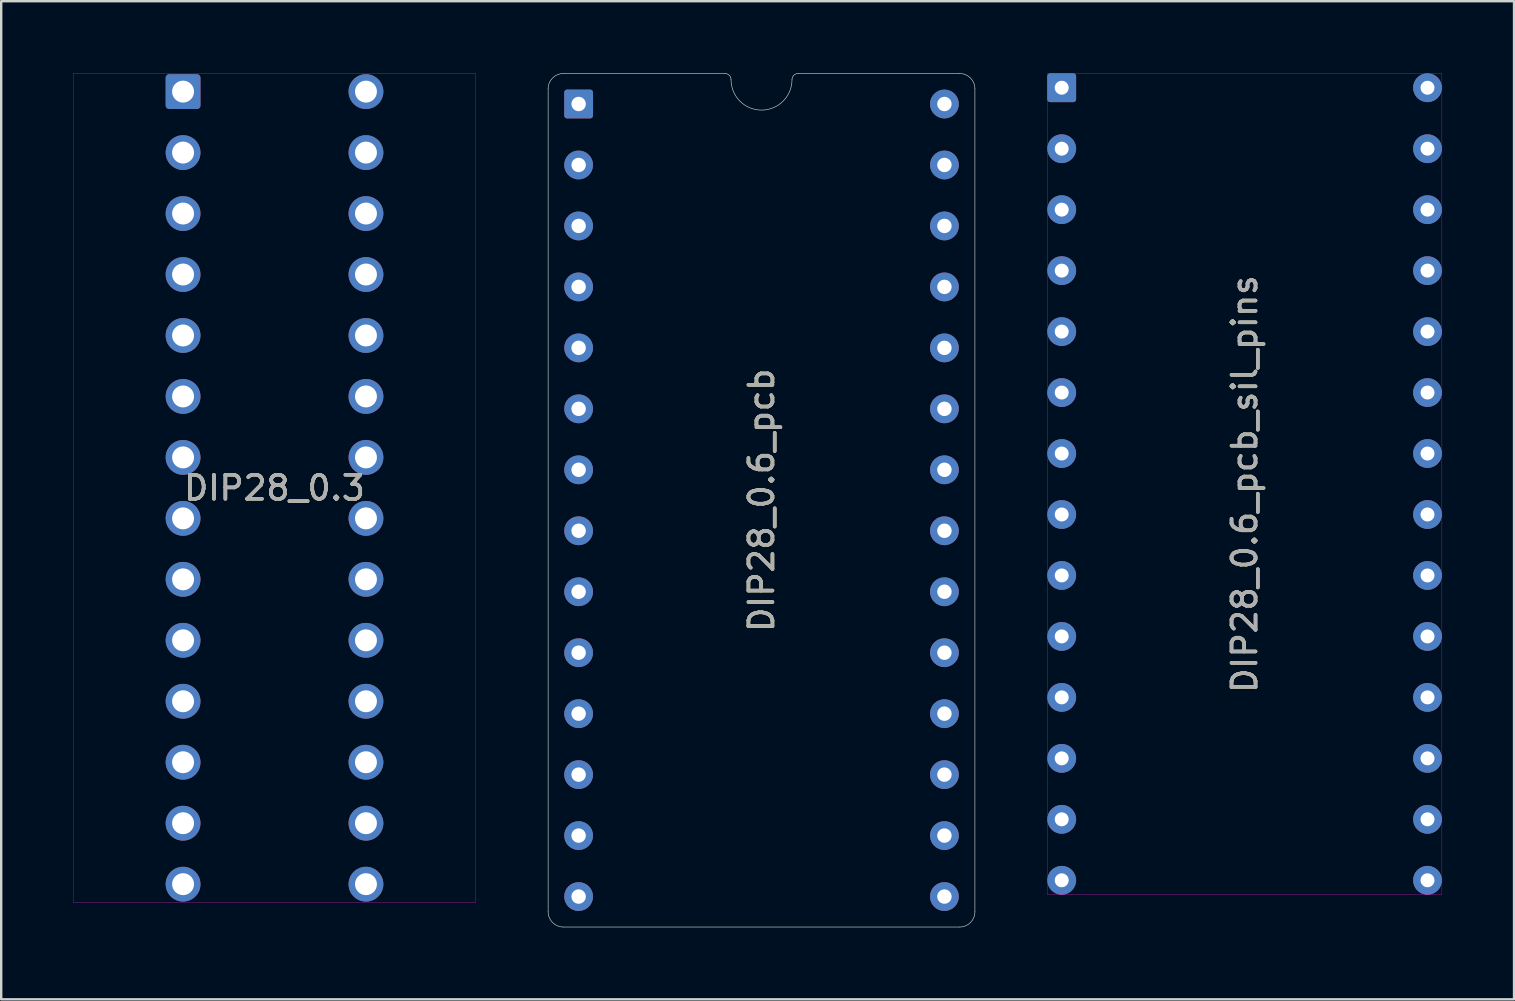
<source format=kicad_pcb>
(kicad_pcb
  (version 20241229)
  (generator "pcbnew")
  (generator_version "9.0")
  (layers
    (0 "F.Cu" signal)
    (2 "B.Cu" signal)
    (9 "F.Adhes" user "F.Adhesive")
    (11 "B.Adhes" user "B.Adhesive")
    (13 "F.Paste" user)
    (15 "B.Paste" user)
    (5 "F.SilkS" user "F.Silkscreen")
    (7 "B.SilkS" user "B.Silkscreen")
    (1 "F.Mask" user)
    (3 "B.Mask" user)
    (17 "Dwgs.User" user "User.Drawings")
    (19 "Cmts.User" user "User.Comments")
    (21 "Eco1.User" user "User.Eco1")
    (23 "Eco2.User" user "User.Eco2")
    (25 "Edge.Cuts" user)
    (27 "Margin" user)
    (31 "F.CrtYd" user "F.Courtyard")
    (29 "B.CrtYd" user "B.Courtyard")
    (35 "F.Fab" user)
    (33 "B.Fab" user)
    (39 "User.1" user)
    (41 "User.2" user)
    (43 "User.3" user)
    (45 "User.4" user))
  (footprint "DIP28_0.3"
    (layer "F.Cu")
    (at 8.387 17.277)
    (property "Reference" "DIP28_0.3" (at 0 0 0) (layer "F.SilkS") (effects (font (size 1 1) (thickness 0.15))))
    (attr through_hole)
    (fp_line (start -8.382 -17.272) (end -8.382 17.272) (stroke (width 0.01) (type solid)) (layer "F.CrtYd"))
    (fp_line (start -8.382 17.272) (end 8.382 17.272) (stroke (width 0.01) (type solid)) (layer "F.CrtYd"))
    (fp_line (start 8.382 -17.272) (end -8.382 -17.272) (stroke (width 0.01) (type solid)) (layer "F.CrtYd"))
    (fp_line (start 8.382 17.272) (end 8.382 -17.272) (stroke (width 0.01) (type solid)) (layer "F.CrtYd"))
    (fp_text user "${REFERENCE}" (at 0 0 0) (layer "F.Fab") (effects (font (size 1 1) (thickness 0.15))))
    (pad "1" thru_hole roundrect (at -3.81 -16.51) (size 1.45 1.45) (drill 0.914) (layers "*.Cu" "*.Mask") (roundrect_rratio 0.1))
    (pad "2" thru_hole circle (at -3.81 -13.97) (size 1.45 1.45) (drill 0.914) (layers "*.Cu" "*.Mask"))
    (pad "3" thru_hole circle (at -3.81 -11.43) (size 1.45 1.45) (drill 0.914) (layers "*.Cu" "*.Mask"))
    (pad "4" thru_hole circle (at -3.81 -8.89) (size 1.45 1.45) (drill 0.914) (layers "*.Cu" "*.Mask"))
    (pad "5" thru_hole circle (at -3.81 -6.35) (size 1.45 1.45) (drill 0.914) (layers "*.Cu" "*.Mask"))
    (pad "6" thru_hole circle (at -3.81 -3.81) (size 1.45 1.45) (drill 0.914) (layers "*.Cu" "*.Mask"))
    (pad "7" thru_hole circle (at -3.81 -1.27) (size 1.45 1.45) (drill 0.914) (layers "*.Cu" "*.Mask"))
    (pad "8" thru_hole circle (at -3.81 1.27) (size 1.45 1.45) (drill 0.914) (layers "*.Cu" "*.Mask"))
    (pad "9" thru_hole circle (at -3.81 3.81) (size 1.45 1.45) (drill 0.914) (layers "*.Cu" "*.Mask"))
    (pad "10" thru_hole circle (at -3.81 6.35) (size 1.45 1.45) (drill 0.914) (layers "*.Cu" "*.Mask"))
    (pad "11" thru_hole circle (at -3.81 8.89) (size 1.45 1.45) (drill 0.914) (layers "*.Cu" "*.Mask"))
    (pad "12" thru_hole circle (at -3.81 11.43) (size 1.45 1.45) (drill 0.914) (layers "*.Cu" "*.Mask"))
    (pad "13" thru_hole circle (at -3.81 13.97) (size 1.45 1.45) (drill 0.914) (layers "*.Cu" "*.Mask"))
    (pad "14" thru_hole circle (at -3.81 16.51) (size 1.45 1.45) (drill 0.914) (layers "*.Cu" "*.Mask"))
    (pad "15" thru_hole circle (at 3.81 16.51) (size 1.45 1.45) (drill 0.914) (layers "*.Cu" "*.Mask"))
    (pad "16" thru_hole circle (at 3.81 13.97) (size 1.45 1.45) (drill 0.914) (layers "*.Cu" "*.Mask"))
    (pad "17" thru_hole circle (at 3.81 11.43) (size 1.45 1.45) (drill 0.914) (layers "*.Cu" "*.Mask"))
    (pad "18" thru_hole circle (at 3.81 8.89) (size 1.45 1.45) (drill 0.914) (layers "*.Cu" "*.Mask"))
    (pad "19" thru_hole circle (at 3.81 6.35) (size 1.45 1.45) (drill 0.914) (layers "*.Cu" "*.Mask"))
    (pad "20" thru_hole circle (at 3.81 3.81) (size 1.45 1.45) (drill 0.914) (layers "*.Cu" "*.Mask"))
    (pad "21" thru_hole circle (at 3.81 1.27) (size 1.45 1.45) (drill 0.914) (layers "*.Cu" "*.Mask"))
    (pad "22" thru_hole circle (at 3.81 -1.27) (size 1.45 1.45) (drill 0.914) (layers "*.Cu" "*.Mask"))
    (pad "23" thru_hole circle (at 3.81 -3.81) (size 1.45 1.45) (drill 0.914) (layers "*.Cu" "*.Mask"))
    (pad "24" thru_hole circle (at 3.81 -6.35) (size 1.45 1.45) (drill 0.914) (layers "*.Cu" "*.Mask"))
    (pad "25" thru_hole circle (at 3.81 -8.89) (size 1.45 1.45) (drill 0.914) (layers "*.Cu" "*.Mask"))
    (pad "26" thru_hole circle (at 3.81 -11.43) (size 1.45 1.45) (drill 0.914) (layers "*.Cu" "*.Mask"))
    (pad "27" thru_hole circle (at 3.81 -13.97) (size 1.45 1.45) (drill 0.914) (layers "*.Cu" "*.Mask"))
    (pad "28" thru_hole circle (at 3.81 -16.51) (size 1.45 1.45) (drill 0.914) (layers "*.Cu" "*.Mask")))
  (footprint "DIP28_0.6_pcb"
    (layer "F.Cu")
    (at 28.677 17.793)
    (property "Reference" "DIP28_0.6_pcb" (at 0 0 270) (layer "F.SilkS") (effects (font (size 1 1) (thickness 0.15))))
    (attr through_hole)
    (fp_line (start -8.89 -17.145) (end -8.89 17.145) (stroke (width 0.025) (type solid)) (layer "Edge.Cuts"))
    (fp_line (start -8.255 -17.78) (end -1.524 -17.78) (stroke (width 0.025) (type solid)) (layer "Edge.Cuts"))
    (fp_line (start -8.255 17.78) (end 8.255 17.78) (stroke (width 0.025) (type solid)) (layer "Edge.Cuts"))
    (fp_line (start 1.524 -17.78) (end 8.255 -17.78) (stroke (width 0.025) (type solid)) (layer "Edge.Cuts"))
    (fp_line (start 8.89 17.145) (end 8.89 -17.145) (stroke (width 0.025) (type solid)) (layer "Edge.Cuts"))
    (fp_arc (start -8.89 -17.145) (mid -8.704013 -17.594013) (end -8.255 -17.78) (stroke (width 0.0254) (type solid)) (layer "Edge.Cuts"))
    (fp_arc (start -8.255 17.78) (mid -8.704013 17.594013) (end -8.89 17.145) (stroke (width 0.0254) (type solid)) (layer "Edge.Cuts"))
    (fp_arc (start -1.524 -17.78) (mid -1.344395 -17.705605) (end -1.27 -17.526) (stroke (width 0.0254) (type solid)) (layer "Edge.Cuts"))
    (fp_arc (start 1.27 -17.526) (mid 0 -16.256) (end -1.27 -17.526) (stroke (width 0.0254) (type solid)) (layer "Edge.Cuts"))
    (fp_arc (start 1.27 -17.526) (mid 1.344395 -17.705605) (end 1.524 -17.78) (stroke (width 0.0254) (type solid)) (layer "Edge.Cuts"))
    (fp_arc (start 8.255 -17.78) (mid 8.704013 -17.594013) (end 8.89 -17.145) (stroke (width 0.0254) (type solid)) (layer "Edge.Cuts"))
    (fp_arc (start 8.89 17.145) (mid 8.704013 17.594013) (end 8.255 17.78) (stroke (width 0.0254) (type solid)) (layer "Edge.Cuts"))
    (fp_text user "${REFERENCE}" (at 0 0 270) (layer "F.Fab") (effects (font (size 1 1) (thickness 0.15))))
    (pad "1" thru_hole roundrect (at -7.62 -16.51) (size 1.2 1.2) (drill 0.6) (layers "*.Cu" "*.Mask") (roundrect_rratio 0.1))
    (pad "2" thru_hole circle (at -7.62 -13.97) (size 1.2 1.2) (drill 0.6) (layers "*.Cu" "*.Mask"))
    (pad "3" thru_hole circle (at -7.62 -11.43) (size 1.2 1.2) (drill 0.6) (layers "*.Cu" "*.Mask"))
    (pad "4" thru_hole circle (at -7.62 -8.89) (size 1.2 1.2) (drill 0.6) (layers "*.Cu" "*.Mask"))
    (pad "5" thru_hole circle (at -7.62 -6.35) (size 1.2 1.2) (drill 0.6) (layers "*.Cu" "*.Mask"))
    (pad "6" thru_hole circle (at -7.62 -3.81) (size 1.2 1.2) (drill 0.6) (layers "*.Cu" "*.Mask"))
    (pad "7" thru_hole circle (at -7.62 -1.27) (size 1.2 1.2) (drill 0.6) (layers "*.Cu" "*.Mask"))
    (pad "8" thru_hole circle (at -7.62 1.27) (size 1.2 1.2) (drill 0.6) (layers "*.Cu" "*.Mask"))
    (pad "9" thru_hole circle (at -7.62 3.81) (size 1.2 1.2) (drill 0.6) (layers "*.Cu" "*.Mask"))
    (pad "10" thru_hole circle (at -7.62 6.35) (size 1.2 1.2) (drill 0.6) (layers "*.Cu" "*.Mask"))
    (pad "11" thru_hole circle (at -7.62 8.89) (size 1.2 1.2) (drill 0.6) (layers "*.Cu" "*.Mask"))
    (pad "12" thru_hole circle (at -7.62 11.43) (size 1.2 1.2) (drill 0.6) (layers "*.Cu" "*.Mask"))
    (pad "13" thru_hole circle (at -7.62 13.97) (size 1.2 1.2) (drill 0.6) (layers "*.Cu" "*.Mask"))
    (pad "14" thru_hole circle (at -7.62 16.51) (size 1.2 1.2) (drill 0.6) (layers "*.Cu" "*.Mask"))
    (pad "15" thru_hole circle (at 7.62 16.51) (size 1.2 1.2) (drill 0.6) (layers "*.Cu" "*.Mask"))
    (pad "16" thru_hole circle (at 7.62 13.97) (size 1.2 1.2) (drill 0.6) (layers "*.Cu" "*.Mask"))
    (pad "17" thru_hole circle (at 7.62 11.43) (size 1.2 1.2) (drill 0.6) (layers "*.Cu" "*.Mask"))
    (pad "18" thru_hole circle (at 7.62 8.89) (size 1.2 1.2) (drill 0.6) (layers "*.Cu" "*.Mask"))
    (pad "19" thru_hole circle (at 7.62 6.35) (size 1.2 1.2) (drill 0.6) (layers "*.Cu" "*.Mask"))
    (pad "20" thru_hole circle (at 7.62 3.81) (size 1.2 1.2) (drill 0.6) (layers "*.Cu" "*.Mask"))
    (pad "21" thru_hole circle (at 7.62 1.27) (size 1.2 1.2) (drill 0.6) (layers "*.Cu" "*.Mask"))
    (pad "22" thru_hole circle (at 7.62 -1.27) (size 1.2 1.2) (drill 0.6) (layers "*.Cu" "*.Mask"))
    (pad "23" thru_hole circle (at 7.62 -3.81) (size 1.2 1.2) (drill 0.6) (layers "*.Cu" "*.Mask"))
    (pad "24" thru_hole circle (at 7.62 -6.35) (size 1.2 1.2) (drill 0.6) (layers "*.Cu" "*.Mask"))
    (pad "25" thru_hole circle (at 7.62 -8.89) (size 1.2 1.2) (drill 0.6) (layers "*.Cu" "*.Mask"))
    (pad "26" thru_hole circle (at 7.62 -11.43) (size 1.2 1.2) (drill 0.6) (layers "*.Cu" "*.Mask"))
    (pad "27" thru_hole circle (at 7.62 -13.97) (size 1.2 1.2) (drill 0.6) (layers "*.Cu" "*.Mask"))
    (pad "28" thru_hole circle (at 7.62 -16.51) (size 1.2 1.2) (drill 0.6) (layers "*.Cu" "*.Mask")))
  (footprint "DIP28_0.6_pcb_sil_pins"
    (layer "F.Cu")
    (at 48.804 17.115)
    (property "Reference" "DIP28_0.6_pcb_sil_pins" (at 0 0 270) (layer "F.SilkS") (effects (font (size 1 1) (thickness 0.15))))
    (attr through_hole)
    (fp_line (start -8.22 -17.11) (end -8.22 17.11) (stroke (width 0.01) (type solid)) (layer "F.CrtYd"))
    (fp_line (start -8.22 17.11) (end 8.22 17.11) (stroke (width 0.01) (type solid)) (layer "F.CrtYd"))
    (fp_line (start 8.22 -17.11) (end -8.22 -17.11) (stroke (width 0.01) (type solid)) (layer "F.CrtYd"))
    (fp_line (start 8.22 17.11) (end 8.22 -17.11) (stroke (width 0.01) (type solid)) (layer "F.CrtYd"))
    (fp_text user "${REFERENCE}" (at 0 0 270) (layer "F.Fab") (effects (font (size 1 1) (thickness 0.15))))
    (pad "1" thru_hole roundrect (at -7.62 -16.51) (size 1.2 1.2) (drill 0.58) (layers "*.Cu" "*.Mask") (roundrect_rratio 0.1))
    (pad "2" thru_hole circle (at -7.62 -13.97) (size 1.2 1.2) (drill 0.58) (layers "*.Cu" "*.Mask"))
    (pad "3" thru_hole circle (at -7.62 -11.43) (size 1.2 1.2) (drill 0.58) (layers "*.Cu" "*.Mask"))
    (pad "4" thru_hole circle (at -7.62 -8.89) (size 1.2 1.2) (drill 0.58) (layers "*.Cu" "*.Mask"))
    (pad "5" thru_hole circle (at -7.62 -6.35) (size 1.2 1.2) (drill 0.58) (layers "*.Cu" "*.Mask"))
    (pad "6" thru_hole circle (at -7.62 -3.81) (size 1.2 1.2) (drill 0.58) (layers "*.Cu" "*.Mask"))
    (pad "7" thru_hole circle (at -7.62 -1.27) (size 1.2 1.2) (drill 0.58) (layers "*.Cu" "*.Mask"))
    (pad "8" thru_hole circle (at -7.62 1.27) (size 1.2 1.2) (drill 0.58) (layers "*.Cu" "*.Mask"))
    (pad "9" thru_hole circle (at -7.62 3.81) (size 1.2 1.2) (drill 0.58) (layers "*.Cu" "*.Mask"))
    (pad "10" thru_hole circle (at -7.62 6.35) (size 1.2 1.2) (drill 0.58) (layers "*.Cu" "*.Mask"))
    (pad "11" thru_hole circle (at -7.62 8.89) (size 1.2 1.2) (drill 0.58) (layers "*.Cu" "*.Mask"))
    (pad "12" thru_hole circle (at -7.62 11.43) (size 1.2 1.2) (drill 0.58) (layers "*.Cu" "*.Mask"))
    (pad "13" thru_hole circle (at -7.62 13.97) (size 1.2 1.2) (drill 0.58) (layers "*.Cu" "*.Mask"))
    (pad "14" thru_hole circle (at -7.62 16.51) (size 1.2 1.2) (drill 0.58) (layers "*.Cu" "*.Mask"))
    (pad "15" thru_hole circle (at 7.62 16.51) (size 1.2 1.2) (drill 0.58) (layers "*.Cu" "*.Mask"))
    (pad "16" thru_hole circle (at 7.62 13.97) (size 1.2 1.2) (drill 0.58) (layers "*.Cu" "*.Mask"))
    (pad "17" thru_hole circle (at 7.62 11.43) (size 1.2 1.2) (drill 0.58) (layers "*.Cu" "*.Mask"))
    (pad "18" thru_hole circle (at 7.62 8.89) (size 1.2 1.2) (drill 0.58) (layers "*.Cu" "*.Mask"))
    (pad "19" thru_hole circle (at 7.62 6.35) (size 1.2 1.2) (drill 0.58) (layers "*.Cu" "*.Mask"))
    (pad "20" thru_hole circle (at 7.62 3.81) (size 1.2 1.2) (drill 0.58) (layers "*.Cu" "*.Mask"))
    (pad "21" thru_hole circle (at 7.62 1.27) (size 1.2 1.2) (drill 0.58) (layers "*.Cu" "*.Mask"))
    (pad "22" thru_hole circle (at 7.62 -1.27) (size 1.2 1.2) (drill 0.58) (layers "*.Cu" "*.Mask"))
    (pad "23" thru_hole circle (at 7.62 -3.81) (size 1.2 1.2) (drill 0.58) (layers "*.Cu" "*.Mask"))
    (pad "24" thru_hole circle (at 7.62 -6.35) (size 1.2 1.2) (drill 0.58) (layers "*.Cu" "*.Mask"))
    (pad "25" thru_hole circle (at 7.62 -8.89) (size 1.2 1.2) (drill 0.58) (layers "*.Cu" "*.Mask"))
    (pad "26" thru_hole circle (at 7.62 -11.43) (size 1.2 1.2) (drill 0.58) (layers "*.Cu" "*.Mask"))
    (pad "27" thru_hole circle (at 7.62 -13.97) (size 1.2 1.2) (drill 0.58) (layers "*.Cu" "*.Mask"))
    (pad "28" thru_hole circle (at 7.62 -16.51) (size 1.2 1.2) (drill 0.58) (layers "*.Cu" "*.Mask")))
  (gr_rect
    (start -3 -3)
    (end 60.029 38.585)
    (stroke (width 0.1) (type default))
    (fill no)
    (layer "Edge.Cuts")))
</source>
